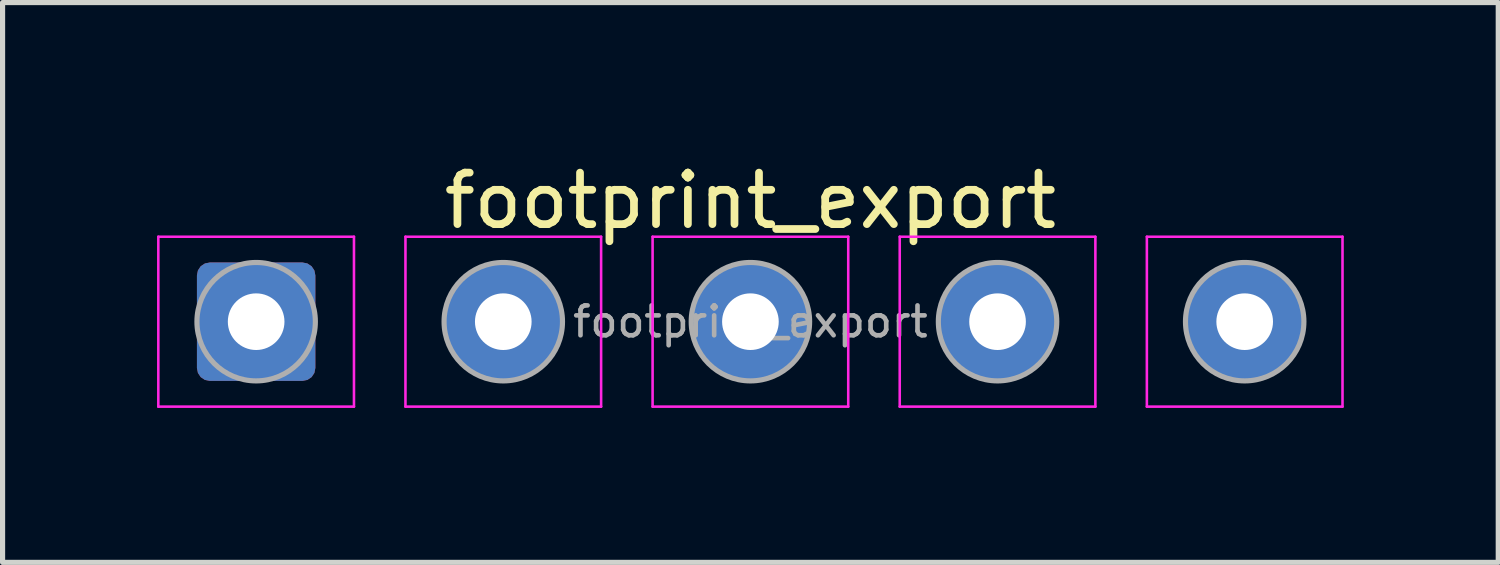
<source format=kicad_pcb>
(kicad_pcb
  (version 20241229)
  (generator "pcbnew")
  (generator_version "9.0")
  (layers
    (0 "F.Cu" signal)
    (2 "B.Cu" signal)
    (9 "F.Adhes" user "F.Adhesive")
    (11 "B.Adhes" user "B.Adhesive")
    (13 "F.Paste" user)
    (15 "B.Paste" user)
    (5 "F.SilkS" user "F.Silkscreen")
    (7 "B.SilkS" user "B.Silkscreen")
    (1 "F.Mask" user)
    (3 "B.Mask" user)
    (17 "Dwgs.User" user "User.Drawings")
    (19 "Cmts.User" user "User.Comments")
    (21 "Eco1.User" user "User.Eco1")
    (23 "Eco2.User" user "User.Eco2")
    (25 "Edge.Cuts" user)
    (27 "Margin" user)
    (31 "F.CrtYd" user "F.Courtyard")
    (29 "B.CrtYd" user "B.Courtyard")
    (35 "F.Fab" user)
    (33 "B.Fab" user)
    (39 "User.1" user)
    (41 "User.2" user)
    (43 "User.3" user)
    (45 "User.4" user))
  (footprint "footprint_export"
    (layer "F.Cu")
    (at 1.925 3.198)
    (property "Reference" "footprint_export" (at 9.6 -2.35 0) (layer "F.SilkS") (effects (font (size 1 1) (thickness 0.15))))
    (attr exclude_from_pos_files exclude_from_bom)
    (fp_line (start -1.9 -1.65) (end -1.9 1.65) (stroke (width 0.05) (type solid)) (layer "F.CrtYd"))
    (fp_line (start -1.9 1.65) (end 1.9 1.65) (stroke (width 0.05) (type solid)) (layer "F.CrtYd"))
    (fp_line (start 1.9 -1.65) (end -1.9 -1.65) (stroke (width 0.05) (type solid)) (layer "F.CrtYd"))
    (fp_line (start 1.9 1.65) (end 1.9 -1.65) (stroke (width 0.05) (type solid)) (layer "F.CrtYd"))
    (fp_line (start 2.9 -1.65) (end 2.9 1.65) (stroke (width 0.05) (type solid)) (layer "F.CrtYd"))
    (fp_line (start 2.9 1.65) (end 6.7 1.65) (stroke (width 0.05) (type solid)) (layer "F.CrtYd"))
    (fp_line (start 6.7 -1.65) (end 2.9 -1.65) (stroke (width 0.05) (type solid)) (layer "F.CrtYd"))
    (fp_line (start 6.7 1.65) (end 6.7 -1.65) (stroke (width 0.05) (type solid)) (layer "F.CrtYd"))
    (fp_line (start 7.7 -1.65) (end 7.7 1.65) (stroke (width 0.05) (type solid)) (layer "F.CrtYd"))
    (fp_line (start 7.7 1.65) (end 11.5 1.65) (stroke (width 0.05) (type solid)) (layer "F.CrtYd"))
    (fp_line (start 11.5 -1.65) (end 7.7 -1.65) (stroke (width 0.05) (type solid)) (layer "F.CrtYd"))
    (fp_line (start 11.5 1.65) (end 11.5 -1.65) (stroke (width 0.05) (type solid)) (layer "F.CrtYd"))
    (fp_line (start 12.5 -1.65) (end 12.5 1.65) (stroke (width 0.05) (type solid)) (layer "F.CrtYd"))
    (fp_line (start 12.5 1.65) (end 16.3 1.65) (stroke (width 0.05) (type solid)) (layer "F.CrtYd"))
    (fp_line (start 16.3 -1.65) (end 12.5 -1.65) (stroke (width 0.05) (type solid)) (layer "F.CrtYd"))
    (fp_line (start 16.3 1.65) (end 16.3 -1.65) (stroke (width 0.05) (type solid)) (layer "F.CrtYd"))
    (fp_line (start 17.3 -1.65) (end 17.3 1.65) (stroke (width 0.05) (type solid)) (layer "F.CrtYd"))
    (fp_line (start 17.3 1.65) (end 21.1 1.65) (stroke (width 0.05) (type solid)) (layer "F.CrtYd"))
    (fp_line (start 21.1 -1.65) (end 17.3 -1.65) (stroke (width 0.05) (type solid)) (layer "F.CrtYd"))
    (fp_line (start 21.1 1.65) (end 21.1 -1.65) (stroke (width 0.05) (type solid)) (layer "F.CrtYd"))
    (fp_circle (center 0 0) (end 1.15 0) (stroke (width 0.1) (type solid)) (fill no) (layer "F.Fab"))
    (fp_circle (center 4.8 0) (end 5.95 0) (stroke (width 0.1) (type solid)) (fill no) (layer "F.Fab"))
    (fp_circle (center 9.6 0) (end 10.75 0) (stroke (width 0.1) (type solid)) (fill no) (layer "F.Fab"))
    (fp_circle (center 14.4 0) (end 15.55 0) (stroke (width 0.1) (type solid)) (fill no) (layer "F.Fab"))
    (fp_circle (center 19.2 0) (end 20.35 0) (stroke (width 0.1) (type solid)) (fill no) (layer "F.Fab"))
    (fp_text user "${REFERENCE}" (at 9.6 0 0) (layer "F.Fab") (effects (font (size 0.58 0.58) (thickness 0.09))))
    (pad "1" thru_hole roundrect (at 0 0) (size 2.3 2.3) (drill 1.1) (layers "*.Cu" "*.Mask") (roundrect_rratio 0.109))
    (pad "2" thru_hole circle (at 4.8 0) (size 2.3 2.3) (drill 1.1) (layers "*.Cu" "*.Mask"))
    (pad "3" thru_hole circle (at 9.6 0) (size 2.3 2.3) (drill 1.1) (layers "*.Cu" "*.Mask"))
    (pad "4" thru_hole circle (at 14.4 0) (size 2.3 2.3) (drill 1.1) (layers "*.Cu" "*.Mask"))
    (pad "5" thru_hole circle (at 19.2 0) (size 2.3 2.3) (drill 1.1) (layers "*.Cu" "*.Mask")))
  (gr_rect
    (start -3 -3)
    (end 26.05 7.873)
    (stroke (width 0.1) (type default))
    (fill no)
    (layer "Edge.Cuts")))
</source>
